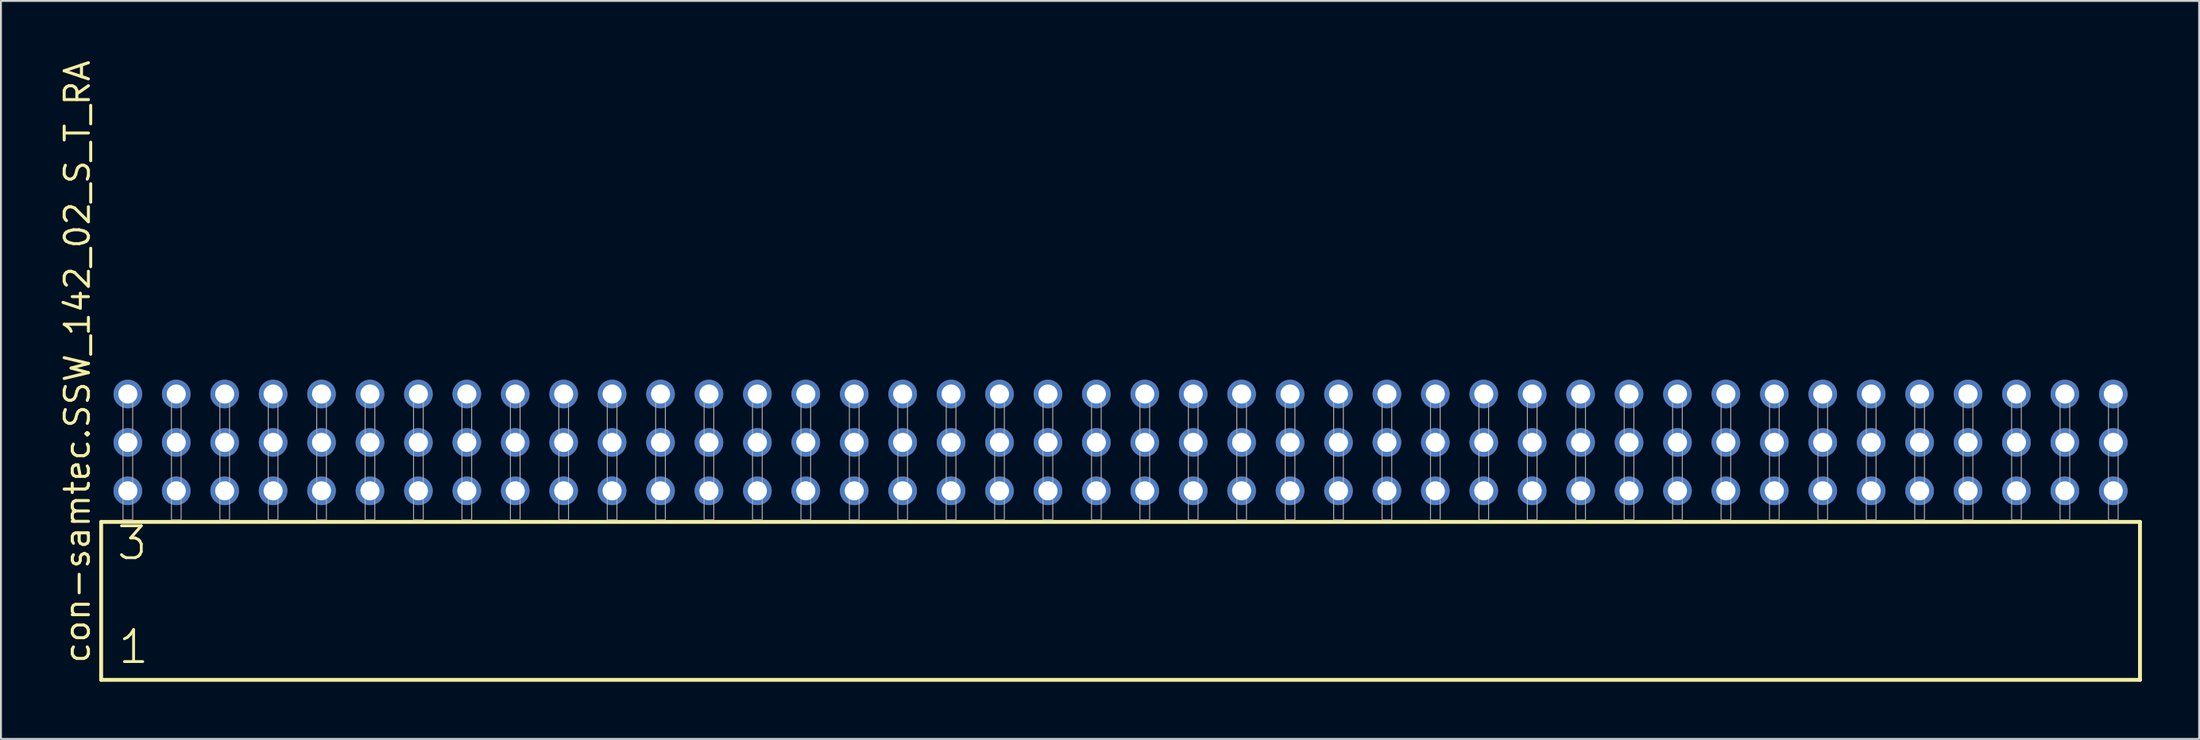
<source format=kicad_pcb>
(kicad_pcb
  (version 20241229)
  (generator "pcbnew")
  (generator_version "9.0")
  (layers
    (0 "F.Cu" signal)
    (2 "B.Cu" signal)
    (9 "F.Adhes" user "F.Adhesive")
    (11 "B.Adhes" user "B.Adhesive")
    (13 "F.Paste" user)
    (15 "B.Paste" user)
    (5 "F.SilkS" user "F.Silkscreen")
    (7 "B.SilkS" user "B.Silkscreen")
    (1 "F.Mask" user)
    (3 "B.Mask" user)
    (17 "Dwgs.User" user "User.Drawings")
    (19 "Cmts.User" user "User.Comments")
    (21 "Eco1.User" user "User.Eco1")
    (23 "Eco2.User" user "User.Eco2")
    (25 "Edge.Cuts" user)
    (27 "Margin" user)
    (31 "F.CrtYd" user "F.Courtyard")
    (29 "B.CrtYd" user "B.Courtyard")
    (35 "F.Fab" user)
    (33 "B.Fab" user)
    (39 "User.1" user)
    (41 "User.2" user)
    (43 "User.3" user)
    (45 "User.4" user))
  (footprint "con-samtec.SSW_142_02_S_T_RA"
    (layer "F.Cu")
    (at 55.725 24.235)
    (property "Reference" "con-samtec.SSW_142_02_S_T_RA" (at -53.975 7.62 90) (layer "F.SilkS") (effects (font (size 1.27 1.27) (thickness 0.16)) (justify left bottom)))
    (attr through_hole)
    (fp_line (start -53.469 0.106) (end -53.469 8.396) (stroke (width 0.203) (type default)) (layer "F.SilkS"))
    (fp_line (start -53.469 8.396) (end 53.469 8.396) (stroke (width 0.203) (type default)) (layer "F.SilkS"))
    (fp_line (start 53.469 0.106) (end -53.469 0.106) (stroke (width 0.203) (type default)) (layer "F.SilkS"))
    (fp_line (start 53.469 8.396) (end 53.469 0.106) (stroke (width 0.203) (type default)) (layer "F.SilkS"))
    (fp_rect (start -52.324 0) (end -51.816 -6.858) (stroke (width 0.05) (type default)) (fill no) (layer "F.Fab"))
    (fp_rect (start -49.784 0) (end -49.276 -6.858) (stroke (width 0.05) (type default)) (fill no) (layer "F.Fab"))
    (fp_rect (start -47.244 0) (end -46.736 -6.858) (stroke (width 0.05) (type default)) (fill no) (layer "F.Fab"))
    (fp_rect (start -44.704 0) (end -44.196 -6.858) (stroke (width 0.05) (type default)) (fill no) (layer "F.Fab"))
    (fp_rect (start -42.164 0) (end -41.656 -6.858) (stroke (width 0.05) (type default)) (fill no) (layer "F.Fab"))
    (fp_rect (start -39.624 0) (end -39.116 -6.858) (stroke (width 0.05) (type default)) (fill no) (layer "F.Fab"))
    (fp_rect (start -37.084 0) (end -36.576 -6.858) (stroke (width 0.05) (type default)) (fill no) (layer "F.Fab"))
    (fp_rect (start -34.544 0) (end -34.036 -6.858) (stroke (width 0.05) (type default)) (fill no) (layer "F.Fab"))
    (fp_rect (start -32.004 0) (end -31.496 -6.858) (stroke (width 0.05) (type default)) (fill no) (layer "F.Fab"))
    (fp_rect (start -29.464 0) (end -28.956 -6.858) (stroke (width 0.05) (type default)) (fill no) (layer "F.Fab"))
    (fp_rect (start -26.924 0) (end -26.416 -6.858) (stroke (width 0.05) (type default)) (fill no) (layer "F.Fab"))
    (fp_rect (start -24.384 0) (end -23.876 -6.858) (stroke (width 0.05) (type default)) (fill no) (layer "F.Fab"))
    (fp_rect (start -21.844 0) (end -21.336 -6.858) (stroke (width 0.05) (type default)) (fill no) (layer "F.Fab"))
    (fp_rect (start -19.304 0) (end -18.796 -6.858) (stroke (width 0.05) (type default)) (fill no) (layer "F.Fab"))
    (fp_rect (start -16.764 0) (end -16.256 -6.858) (stroke (width 0.05) (type default)) (fill no) (layer "F.Fab"))
    (fp_rect (start -14.224 0) (end -13.716 -6.858) (stroke (width 0.05) (type default)) (fill no) (layer "F.Fab"))
    (fp_rect (start -11.684 0) (end -11.176 -6.858) (stroke (width 0.05) (type default)) (fill no) (layer "F.Fab"))
    (fp_rect (start -9.144 0) (end -8.636 -6.858) (stroke (width 0.05) (type default)) (fill no) (layer "F.Fab"))
    (fp_rect (start -6.604 0) (end -6.096 -6.858) (stroke (width 0.05) (type default)) (fill no) (layer "F.Fab"))
    (fp_rect (start -4.064 0) (end -3.556 -6.858) (stroke (width 0.05) (type default)) (fill no) (layer "F.Fab"))
    (fp_rect (start -1.524 0) (end -1.016 -6.858) (stroke (width 0.05) (type default)) (fill no) (layer "F.Fab"))
    (fp_rect (start 1.016 0) (end 1.524 -6.858) (stroke (width 0.05) (type default)) (fill no) (layer "F.Fab"))
    (fp_rect (start 3.556 0) (end 4.064 -6.858) (stroke (width 0.05) (type default)) (fill no) (layer "F.Fab"))
    (fp_rect (start 6.096 0) (end 6.604 -6.858) (stroke (width 0.05) (type default)) (fill no) (layer "F.Fab"))
    (fp_rect (start 8.636 0) (end 9.144 -6.858) (stroke (width 0.05) (type default)) (fill no) (layer "F.Fab"))
    (fp_rect (start 11.176 0) (end 11.684 -6.858) (stroke (width 0.05) (type default)) (fill no) (layer "F.Fab"))
    (fp_rect (start 13.716 0) (end 14.224 -6.858) (stroke (width 0.05) (type default)) (fill no) (layer "F.Fab"))
    (fp_rect (start 16.256 0) (end 16.764 -6.858) (stroke (width 0.05) (type default)) (fill no) (layer "F.Fab"))
    (fp_rect (start 18.796 0) (end 19.304 -6.858) (stroke (width 0.05) (type default)) (fill no) (layer "F.Fab"))
    (fp_rect (start 21.336 0) (end 21.844 -6.858) (stroke (width 0.05) (type default)) (fill no) (layer "F.Fab"))
    (fp_rect (start 23.876 0) (end 24.384 -6.858) (stroke (width 0.05) (type default)) (fill no) (layer "F.Fab"))
    (fp_rect (start 26.416 0) (end 26.924 -6.858) (stroke (width 0.05) (type default)) (fill no) (layer "F.Fab"))
    (fp_rect (start 28.956 0) (end 29.464 -6.858) (stroke (width 0.05) (type default)) (fill no) (layer "F.Fab"))
    (fp_rect (start 31.496 0) (end 32.004 -6.858) (stroke (width 0.05) (type default)) (fill no) (layer "F.Fab"))
    (fp_rect (start 34.036 0) (end 34.544 -6.858) (stroke (width 0.05) (type default)) (fill no) (layer "F.Fab"))
    (fp_rect (start 36.576 0) (end 37.084 -6.858) (stroke (width 0.05) (type default)) (fill no) (layer "F.Fab"))
    (fp_rect (start 39.116 0) (end 39.624 -6.858) (stroke (width 0.05) (type default)) (fill no) (layer "F.Fab"))
    (fp_rect (start 41.656 0) (end 42.164 -6.858) (stroke (width 0.05) (type default)) (fill no) (layer "F.Fab"))
    (fp_rect (start 44.196 0) (end 44.704 -6.858) (stroke (width 0.05) (type default)) (fill no) (layer "F.Fab"))
    (fp_rect (start 46.736 0) (end 47.244 -6.858) (stroke (width 0.05) (type default)) (fill no) (layer "F.Fab"))
    (fp_rect (start 49.276 0) (end 49.784 -6.858) (stroke (width 0.05) (type default)) (fill no) (layer "F.Fab"))
    (fp_rect (start 51.816 0) (end 52.324 -6.858) (stroke (width 0.05) (type default)) (fill no) (layer "F.Fab"))
    (fp_text user "1" (at -52.665 7.65 0) (layer "F.SilkS") (effects (font (size 1.676 1.676) (thickness 0.15)) (justify left bottom)))
    (fp_text user "3" (at -52.74 2.2 0) (layer "F.SilkS") (effects (font (size 1.676 1.676) (thickness 0.15)) (justify left bottom)))
    (pad "1" thru_hole circle (at -52.07 -1.524) (size 1.5 1.5) (drill 1) (layers "*.Cu" "*.Mask"))
    (pad "2" thru_hole circle (at -52.07 -4.064) (size 1.5 1.5) (drill 1) (layers "*.Cu" "*.Mask"))
    (pad "3" thru_hole circle (at -52.07 -6.604) (size 1.5 1.5) (drill 1) (layers "*.Cu" "*.Mask"))
    (pad "4" thru_hole circle (at -49.53 -1.524) (size 1.5 1.5) (drill 1) (layers "*.Cu" "*.Mask"))
    (pad "5" thru_hole circle (at -49.53 -4.064) (size 1.5 1.5) (drill 1) (layers "*.Cu" "*.Mask"))
    (pad "6" thru_hole circle (at -49.53 -6.604) (size 1.5 1.5) (drill 1) (layers "*.Cu" "*.Mask"))
    (pad "7" thru_hole circle (at -46.99 -1.524) (size 1.5 1.5) (drill 1) (layers "*.Cu" "*.Mask"))
    (pad "8" thru_hole circle (at -46.99 -4.064) (size 1.5 1.5) (drill 1) (layers "*.Cu" "*.Mask"))
    (pad "9" thru_hole circle (at -46.99 -6.604) (size 1.5 1.5) (drill 1) (layers "*.Cu" "*.Mask"))
    (pad "10" thru_hole circle (at -44.45 -1.524) (size 1.5 1.5) (drill 1) (layers "*.Cu" "*.Mask"))
    (pad "11" thru_hole circle (at -44.45 -4.064) (size 1.5 1.5) (drill 1) (layers "*.Cu" "*.Mask"))
    (pad "12" thru_hole circle (at -44.45 -6.604) (size 1.5 1.5) (drill 1) (layers "*.Cu" "*.Mask"))
    (pad "13" thru_hole circle (at -41.91 -1.524) (size 1.5 1.5) (drill 1) (layers "*.Cu" "*.Mask"))
    (pad "14" thru_hole circle (at -41.91 -4.064) (size 1.5 1.5) (drill 1) (layers "*.Cu" "*.Mask"))
    (pad "15" thru_hole circle (at -41.91 -6.604) (size 1.5 1.5) (drill 1) (layers "*.Cu" "*.Mask"))
    (pad "16" thru_hole circle (at -39.37 -1.524) (size 1.5 1.5) (drill 1) (layers "*.Cu" "*.Mask"))
    (pad "17" thru_hole circle (at -39.37 -4.064) (size 1.5 1.5) (drill 1) (layers "*.Cu" "*.Mask"))
    (pad "18" thru_hole circle (at -39.37 -6.604) (size 1.5 1.5) (drill 1) (layers "*.Cu" "*.Mask"))
    (pad "19" thru_hole circle (at -36.83 -1.524) (size 1.5 1.5) (drill 1) (layers "*.Cu" "*.Mask"))
    (pad "20" thru_hole circle (at -36.83 -4.064) (size 1.5 1.5) (drill 1) (layers "*.Cu" "*.Mask"))
    (pad "21" thru_hole circle (at -36.83 -6.604) (size 1.5 1.5) (drill 1) (layers "*.Cu" "*.Mask"))
    (pad "22" thru_hole circle (at -34.29 -1.524) (size 1.5 1.5) (drill 1) (layers "*.Cu" "*.Mask"))
    (pad "23" thru_hole circle (at -34.29 -4.064) (size 1.5 1.5) (drill 1) (layers "*.Cu" "*.Mask"))
    (pad "24" thru_hole circle (at -34.29 -6.604) (size 1.5 1.5) (drill 1) (layers "*.Cu" "*.Mask"))
    (pad "25" thru_hole circle (at -31.75 -1.524) (size 1.5 1.5) (drill 1) (layers "*.Cu" "*.Mask"))
    (pad "26" thru_hole circle (at -31.75 -4.064) (size 1.5 1.5) (drill 1) (layers "*.Cu" "*.Mask"))
    (pad "27" thru_hole circle (at -31.75 -6.604) (size 1.5 1.5) (drill 1) (layers "*.Cu" "*.Mask"))
    (pad "28" thru_hole circle (at -29.21 -1.524) (size 1.5 1.5) (drill 1) (layers "*.Cu" "*.Mask"))
    (pad "29" thru_hole circle (at -29.21 -4.064) (size 1.5 1.5) (drill 1) (layers "*.Cu" "*.Mask"))
    (pad "30" thru_hole circle (at -29.21 -6.604) (size 1.5 1.5) (drill 1) (layers "*.Cu" "*.Mask"))
    (pad "31" thru_hole circle (at -26.67 -1.524) (size 1.5 1.5) (drill 1) (layers "*.Cu" "*.Mask"))
    (pad "32" thru_hole circle (at -26.67 -4.064) (size 1.5 1.5) (drill 1) (layers "*.Cu" "*.Mask"))
    (pad "33" thru_hole circle (at -26.67 -6.604) (size 1.5 1.5) (drill 1) (layers "*.Cu" "*.Mask"))
    (pad "34" thru_hole circle (at -24.13 -1.524) (size 1.5 1.5) (drill 1) (layers "*.Cu" "*.Mask"))
    (pad "35" thru_hole circle (at -24.13 -4.064) (size 1.5 1.5) (drill 1) (layers "*.Cu" "*.Mask"))
    (pad "36" thru_hole circle (at -24.13 -6.604) (size 1.5 1.5) (drill 1) (layers "*.Cu" "*.Mask"))
    (pad "37" thru_hole circle (at -21.59 -1.524) (size 1.5 1.5) (drill 1) (layers "*.Cu" "*.Mask"))
    (pad "38" thru_hole circle (at -21.59 -4.064) (size 1.5 1.5) (drill 1) (layers "*.Cu" "*.Mask"))
    (pad "39" thru_hole circle (at -21.59 -6.604) (size 1.5 1.5) (drill 1) (layers "*.Cu" "*.Mask"))
    (pad "40" thru_hole circle (at -19.05 -1.524) (size 1.5 1.5) (drill 1) (layers "*.Cu" "*.Mask"))
    (pad "41" thru_hole circle (at -19.05 -4.064) (size 1.5 1.5) (drill 1) (layers "*.Cu" "*.Mask"))
    (pad "42" thru_hole circle (at -19.05 -6.604) (size 1.5 1.5) (drill 1) (layers "*.Cu" "*.Mask"))
    (pad "43" thru_hole circle (at -16.51 -1.524) (size 1.5 1.5) (drill 1) (layers "*.Cu" "*.Mask"))
    (pad "44" thru_hole circle (at -16.51 -4.064) (size 1.5 1.5) (drill 1) (layers "*.Cu" "*.Mask"))
    (pad "45" thru_hole circle (at -16.51 -6.604) (size 1.5 1.5) (drill 1) (layers "*.Cu" "*.Mask"))
    (pad "46" thru_hole circle (at -13.97 -1.524) (size 1.5 1.5) (drill 1) (layers "*.Cu" "*.Mask"))
    (pad "47" thru_hole circle (at -13.97 -4.064) (size 1.5 1.5) (drill 1) (layers "*.Cu" "*.Mask"))
    (pad "48" thru_hole circle (at -13.97 -6.604) (size 1.5 1.5) (drill 1) (layers "*.Cu" "*.Mask"))
    (pad "49" thru_hole circle (at -11.43 -1.524) (size 1.5 1.5) (drill 1) (layers "*.Cu" "*.Mask"))
    (pad "50" thru_hole circle (at -11.43 -4.064) (size 1.5 1.5) (drill 1) (layers "*.Cu" "*.Mask"))
    (pad "51" thru_hole circle (at -11.43 -6.604) (size 1.5 1.5) (drill 1) (layers "*.Cu" "*.Mask"))
    (pad "52" thru_hole circle (at -8.89 -1.524) (size 1.5 1.5) (drill 1) (layers "*.Cu" "*.Mask"))
    (pad "53" thru_hole circle (at -8.89 -4.064) (size 1.5 1.5) (drill 1) (layers "*.Cu" "*.Mask"))
    (pad "54" thru_hole circle (at -8.89 -6.604) (size 1.5 1.5) (drill 1) (layers "*.Cu" "*.Mask"))
    (pad "55" thru_hole circle (at -6.35 -1.524) (size 1.5 1.5) (drill 1) (layers "*.Cu" "*.Mask"))
    (pad "56" thru_hole circle (at -6.35 -4.064) (size 1.5 1.5) (drill 1) (layers "*.Cu" "*.Mask"))
    (pad "57" thru_hole circle (at -6.35 -6.604) (size 1.5 1.5) (drill 1) (layers "*.Cu" "*.Mask"))
    (pad "58" thru_hole circle (at -3.81 -1.524) (size 1.5 1.5) (drill 1) (layers "*.Cu" "*.Mask"))
    (pad "59" thru_hole circle (at -3.81 -4.064) (size 1.5 1.5) (drill 1) (layers "*.Cu" "*.Mask"))
    (pad "60" thru_hole circle (at -3.81 -6.604) (size 1.5 1.5) (drill 1) (layers "*.Cu" "*.Mask"))
    (pad "61" thru_hole circle (at -1.27 -1.524) (size 1.5 1.5) (drill 1) (layers "*.Cu" "*.Mask"))
    (pad "62" thru_hole circle (at -1.27 -4.064) (size 1.5 1.5) (drill 1) (layers "*.Cu" "*.Mask"))
    (pad "63" thru_hole circle (at -1.27 -6.604) (size 1.5 1.5) (drill 1) (layers "*.Cu" "*.Mask"))
    (pad "64" thru_hole circle (at 1.27 -1.524) (size 1.5 1.5) (drill 1) (layers "*.Cu" "*.Mask"))
    (pad "65" thru_hole circle (at 1.27 -4.064) (size 1.5 1.5) (drill 1) (layers "*.Cu" "*.Mask"))
    (pad "66" thru_hole circle (at 1.27 -6.604) (size 1.5 1.5) (drill 1) (layers "*.Cu" "*.Mask"))
    (pad "67" thru_hole circle (at 3.81 -1.524) (size 1.5 1.5) (drill 1) (layers "*.Cu" "*.Mask"))
    (pad "68" thru_hole circle (at 3.81 -4.064) (size 1.5 1.5) (drill 1) (layers "*.Cu" "*.Mask"))
    (pad "69" thru_hole circle (at 3.81 -6.604) (size 1.5 1.5) (drill 1) (layers "*.Cu" "*.Mask"))
    (pad "70" thru_hole circle (at 6.35 -1.524) (size 1.5 1.5) (drill 1) (layers "*.Cu" "*.Mask"))
    (pad "71" thru_hole circle (at 6.35 -4.064) (size 1.5 1.5) (drill 1) (layers "*.Cu" "*.Mask"))
    (pad "72" thru_hole circle (at 6.35 -6.604) (size 1.5 1.5) (drill 1) (layers "*.Cu" "*.Mask"))
    (pad "73" thru_hole circle (at 8.89 -1.524) (size 1.5 1.5) (drill 1) (layers "*.Cu" "*.Mask"))
    (pad "74" thru_hole circle (at 8.89 -4.064) (size 1.5 1.5) (drill 1) (layers "*.Cu" "*.Mask"))
    (pad "75" thru_hole circle (at 8.89 -6.604) (size 1.5 1.5) (drill 1) (layers "*.Cu" "*.Mask"))
    (pad "76" thru_hole circle (at 11.43 -1.524) (size 1.5 1.5) (drill 1) (layers "*.Cu" "*.Mask"))
    (pad "77" thru_hole circle (at 11.43 -4.064) (size 1.5 1.5) (drill 1) (layers "*.Cu" "*.Mask"))
    (pad "78" thru_hole circle (at 11.43 -6.604) (size 1.5 1.5) (drill 1) (layers "*.Cu" "*.Mask"))
    (pad "79" thru_hole circle (at 13.97 -1.524) (size 1.5 1.5) (drill 1) (layers "*.Cu" "*.Mask"))
    (pad "80" thru_hole circle (at 13.97 -4.064) (size 1.5 1.5) (drill 1) (layers "*.Cu" "*.Mask"))
    (pad "81" thru_hole circle (at 13.97 -6.604) (size 1.5 1.5) (drill 1) (layers "*.Cu" "*.Mask"))
    (pad "82" thru_hole circle (at 16.51 -1.524) (size 1.5 1.5) (drill 1) (layers "*.Cu" "*.Mask"))
    (pad "83" thru_hole circle (at 16.51 -4.064) (size 1.5 1.5) (drill 1) (layers "*.Cu" "*.Mask"))
    (pad "84" thru_hole circle (at 16.51 -6.604) (size 1.5 1.5) (drill 1) (layers "*.Cu" "*.Mask"))
    (pad "85" thru_hole circle (at 19.05 -1.524) (size 1.5 1.5) (drill 1) (layers "*.Cu" "*.Mask"))
    (pad "86" thru_hole circle (at 19.05 -4.064) (size 1.5 1.5) (drill 1) (layers "*.Cu" "*.Mask"))
    (pad "87" thru_hole circle (at 19.05 -6.604) (size 1.5 1.5) (drill 1) (layers "*.Cu" "*.Mask"))
    (pad "88" thru_hole circle (at 21.59 -1.524) (size 1.5 1.5) (drill 1) (layers "*.Cu" "*.Mask"))
    (pad "89" thru_hole circle (at 21.59 -4.064) (size 1.5 1.5) (drill 1) (layers "*.Cu" "*.Mask"))
    (pad "90" thru_hole circle (at 21.59 -6.604) (size 1.5 1.5) (drill 1) (layers "*.Cu" "*.Mask"))
    (pad "91" thru_hole circle (at 24.13 -1.524) (size 1.5 1.5) (drill 1) (layers "*.Cu" "*.Mask"))
    (pad "92" thru_hole circle (at 24.13 -4.064) (size 1.5 1.5) (drill 1) (layers "*.Cu" "*.Mask"))
    (pad "93" thru_hole circle (at 24.13 -6.604) (size 1.5 1.5) (drill 1) (layers "*.Cu" "*.Mask"))
    (pad "94" thru_hole circle (at 26.67 -1.524) (size 1.5 1.5) (drill 1) (layers "*.Cu" "*.Mask"))
    (pad "95" thru_hole circle (at 26.67 -4.064) (size 1.5 1.5) (drill 1) (layers "*.Cu" "*.Mask"))
    (pad "96" thru_hole circle (at 26.67 -6.604) (size 1.5 1.5) (drill 1) (layers "*.Cu" "*.Mask"))
    (pad "97" thru_hole circle (at 29.21 -1.524) (size 1.5 1.5) (drill 1) (layers "*.Cu" "*.Mask"))
    (pad "98" thru_hole circle (at 29.21 -4.064) (size 1.5 1.5) (drill 1) (layers "*.Cu" "*.Mask"))
    (pad "99" thru_hole circle (at 29.21 -6.604) (size 1.5 1.5) (drill 1) (layers "*.Cu" "*.Mask"))
    (pad "100" thru_hole circle (at 31.75 -1.524) (size 1.5 1.5) (drill 1) (layers "*.Cu" "*.Mask"))
    (pad "101" thru_hole circle (at 31.75 -4.064) (size 1.5 1.5) (drill 1) (layers "*.Cu" "*.Mask"))
    (pad "102" thru_hole circle (at 31.75 -6.604) (size 1.5 1.5) (drill 1) (layers "*.Cu" "*.Mask"))
    (pad "103" thru_hole circle (at 34.29 -1.524) (size 1.5 1.5) (drill 1) (layers "*.Cu" "*.Mask"))
    (pad "104" thru_hole circle (at 34.29 -4.064) (size 1.5 1.5) (drill 1) (layers "*.Cu" "*.Mask"))
    (pad "105" thru_hole circle (at 34.29 -6.604) (size 1.5 1.5) (drill 1) (layers "*.Cu" "*.Mask"))
    (pad "106" thru_hole circle (at 36.83 -1.524) (size 1.5 1.5) (drill 1) (layers "*.Cu" "*.Mask"))
    (pad "107" thru_hole circle (at 36.83 -4.064) (size 1.5 1.5) (drill 1) (layers "*.Cu" "*.Mask"))
    (pad "108" thru_hole circle (at 36.83 -6.604) (size 1.5 1.5) (drill 1) (layers "*.Cu" "*.Mask"))
    (pad "109" thru_hole circle (at 39.37 -1.524) (size 1.5 1.5) (drill 1) (layers "*.Cu" "*.Mask"))
    (pad "110" thru_hole circle (at 39.37 -4.064) (size 1.5 1.5) (drill 1) (layers "*.Cu" "*.Mask"))
    (pad "111" thru_hole circle (at 39.37 -6.604) (size 1.5 1.5) (drill 1) (layers "*.Cu" "*.Mask"))
    (pad "112" thru_hole circle (at 41.91 -1.524) (size 1.5 1.5) (drill 1) (layers "*.Cu" "*.Mask"))
    (pad "113" thru_hole circle (at 41.91 -4.064) (size 1.5 1.5) (drill 1) (layers "*.Cu" "*.Mask"))
    (pad "114" thru_hole circle (at 41.91 -6.604) (size 1.5 1.5) (drill 1) (layers "*.Cu" "*.Mask"))
    (pad "115" thru_hole circle (at 44.45 -1.524) (size 1.5 1.5) (drill 1) (layers "*.Cu" "*.Mask"))
    (pad "116" thru_hole circle (at 44.45 -4.064) (size 1.5 1.5) (drill 1) (layers "*.Cu" "*.Mask"))
    (pad "117" thru_hole circle (at 44.45 -6.604) (size 1.5 1.5) (drill 1) (layers "*.Cu" "*.Mask"))
    (pad "118" thru_hole circle (at 46.99 -1.524) (size 1.5 1.5) (drill 1) (layers "*.Cu" "*.Mask"))
    (pad "119" thru_hole circle (at 46.99 -4.064) (size 1.5 1.5) (drill 1) (layers "*.Cu" "*.Mask"))
    (pad "120" thru_hole circle (at 46.99 -6.604) (size 1.5 1.5) (drill 1) (layers "*.Cu" "*.Mask"))
    (pad "121" thru_hole circle (at 49.53 -1.524) (size 1.5 1.5) (drill 1) (layers "*.Cu" "*.Mask"))
    (pad "122" thru_hole circle (at 49.53 -4.064) (size 1.5 1.5) (drill 1) (layers "*.Cu" "*.Mask"))
    (pad "123" thru_hole circle (at 49.53 -6.604) (size 1.5 1.5) (drill 1) (layers "*.Cu" "*.Mask"))
    (pad "124" thru_hole circle (at 52.07 -1.524) (size 1.5 1.5) (drill 1) (layers "*.Cu" "*.Mask"))
    (pad "125" thru_hole circle (at 52.07 -4.064) (size 1.5 1.5) (drill 1) (layers "*.Cu" "*.Mask"))
    (pad "126" thru_hole circle (at 52.07 -6.604) (size 1.5 1.5) (drill 1) (layers "*.Cu" "*.Mask")))
  (gr_rect
    (start -3 -3)
    (end 112.296 35.733)
    (stroke (width 0.1) (type default))
    (fill no)
    (layer "Edge.Cuts")))
</source>
